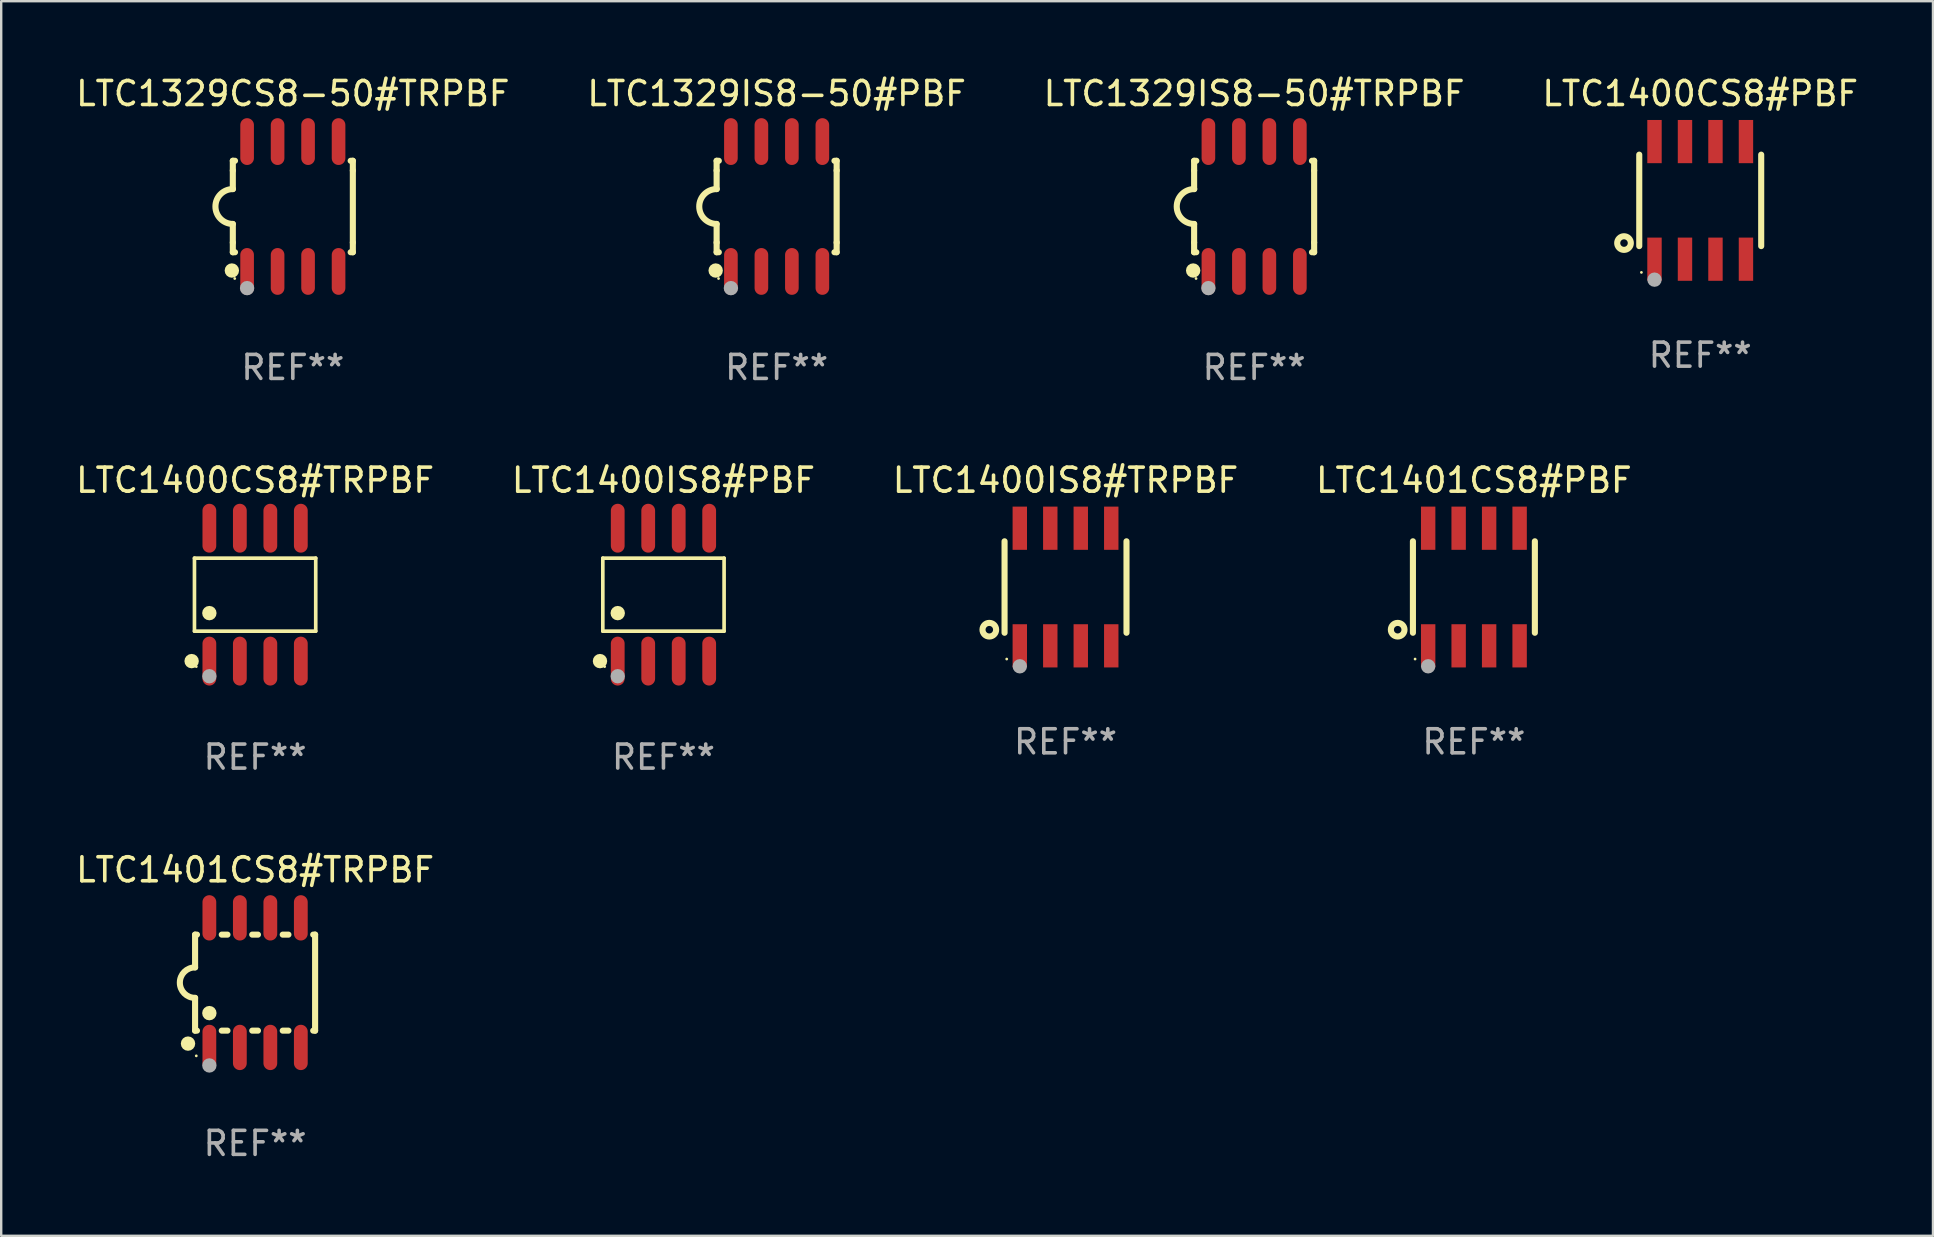
<source format=kicad_pcb>
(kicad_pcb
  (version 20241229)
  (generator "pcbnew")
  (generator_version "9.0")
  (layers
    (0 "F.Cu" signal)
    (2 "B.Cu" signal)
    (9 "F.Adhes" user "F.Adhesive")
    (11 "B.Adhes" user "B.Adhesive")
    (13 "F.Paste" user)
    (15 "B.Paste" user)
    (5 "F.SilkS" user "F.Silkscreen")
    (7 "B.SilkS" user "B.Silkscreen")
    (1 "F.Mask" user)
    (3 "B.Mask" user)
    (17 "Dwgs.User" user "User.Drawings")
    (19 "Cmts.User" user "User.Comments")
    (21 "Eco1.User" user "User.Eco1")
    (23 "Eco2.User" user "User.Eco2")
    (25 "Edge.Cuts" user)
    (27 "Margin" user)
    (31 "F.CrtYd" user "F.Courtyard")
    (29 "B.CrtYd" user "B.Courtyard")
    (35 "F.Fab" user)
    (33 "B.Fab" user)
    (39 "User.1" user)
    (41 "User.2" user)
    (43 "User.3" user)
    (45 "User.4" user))
  (footprint "LTC1400IS8#PBF"
    (layer "F.Cu")
    (at 24.589 21.723)
    (property "Reference" "LTC1400IS8#PBF" (at 0 -4.768 0) (layer "F.SilkS") (effects (font (size 1 1) (thickness 0.15))))
    (attr through_hole)
    (fp_line (start -2.526 -1.521) (end 2.526 -1.521) (stroke (width 0.152) (type solid)) (layer "F.SilkS"))
    (fp_line (start -2.526 1.521) (end -2.526 -1.521) (stroke (width 0.152) (type solid)) (layer "F.SilkS"))
    (fp_line (start 2.526 -1.521) (end 2.526 1.521) (stroke (width 0.152) (type solid)) (layer "F.SilkS"))
    (fp_line (start 2.526 1.521) (end -2.526 1.521) (stroke (width 0.152) (type solid)) (layer "F.SilkS"))
    (fp_circle (center -2.644 2.768) (end -2.494 2.768) (stroke (width 0.3) (type solid)) (fill no) (layer "F.SilkS"))
    (fp_circle (center -2.45 2.998) (end -2.42 2.998) (stroke (width 0.06) (type solid)) (fill no) (layer "F.SilkS"))
    (fp_circle (center -1.905 0.769) (end -1.755 0.769) (stroke (width 0.3) (type solid)) (fill no) (layer "F.SilkS"))
    (fp_circle (center -1.905 3.398) (end -1.755 3.398) (stroke (width 0.3) (type solid)) (fill no) (layer "F.Fab"))
    (fp_text user "REF**" (at 0 6.768 0) (layer "F.Fab") (effects (font (size 1 1) (thickness 0.15))))
    (pad "1" smd oval (at -1.905 2.768) (size 0.574 2.036) (layers "F.Cu" "F.Mask" "F.Paste"))
    (pad "2" smd oval (at -0.635 2.768) (size 0.574 2.036) (layers "F.Cu" "F.Mask" "F.Paste"))
    (pad "3" smd oval (at 0.635 2.768) (size 0.574 2.036) (layers "F.Cu" "F.Mask" "F.Paste"))
    (pad "4" smd oval (at 1.905 2.768) (size 0.574 2.036) (layers "F.Cu" "F.Mask" "F.Paste"))
    (pad "5" smd oval (at 1.905 -2.768) (size 0.574 2.036) (layers "F.Cu" "F.Mask" "F.Paste"))
    (pad "6" smd oval (at 0.635 -2.768) (size 0.574 2.036) (layers "F.Cu" "F.Mask" "F.Paste"))
    (pad "7" smd oval (at -0.635 -2.768) (size 0.574 2.036) (layers "F.Cu" "F.Mask" "F.Paste"))
    (pad "8" smd oval (at -1.905 -2.768) (size 0.574 2.036) (layers "F.Cu" "F.Mask" "F.Paste")))
  (footprint "LTC1400IS8#TRPBF"
    (layer "F.Cu")
    (at 41.339 21.405)
    (property "Reference" "LTC1400IS8#TRPBF" (at 0 -4.45 0) (layer "F.SilkS") (effects (font (size 1 1) (thickness 0.15))))
    (attr through_hole)
    (fp_line (start -2.54 -1.905) (end -2.54 1.905) (stroke (width 0.254) (type solid)) (layer "F.SilkS"))
    (fp_line (start 2.54 -1.905) (end 2.54 1.905) (stroke (width 0.254) (type solid)) (layer "F.SilkS"))
    (fp_circle (center -3.175 1.778) (end -2.891 1.778) (stroke (width 0.254) (type solid)) (fill no) (layer "F.SilkS"))
    (fp_circle (center -2.45 3) (end -2.42 3) (stroke (width 0.06) (type solid)) (fill no) (layer "F.SilkS"))
    (fp_circle (center -1.905 3.302) (end -1.755 3.302) (stroke (width 0.3) (type solid)) (fill no) (layer "F.Fab"))
    (fp_text user "REF**" (at 0 6.45 0) (layer "F.Fab") (effects (font (size 1 1) (thickness 0.15))))
    (pad "1" smd rect (at -1.905 2.45) (size 0.6 1.8) (layers "F.Cu" "F.Mask" "F.Paste"))
    (pad "2" smd rect (at -0.635 2.45) (size 0.6 1.8) (layers "F.Cu" "F.Mask" "F.Paste"))
    (pad "3" smd rect (at 0.635 2.45) (size 0.6 1.8) (layers "F.Cu" "F.Mask" "F.Paste"))
    (pad "4" smd rect (at 1.905 2.45) (size 0.6 1.8) (layers "F.Cu" "F.Mask" "F.Paste"))
    (pad "5" smd rect (at 1.905 -2.45 180) (size 0.6 1.8) (layers "F.Cu" "F.Mask" "F.Paste"))
    (pad "6" smd rect (at 0.635 -2.45 180) (size 0.6 1.8) (layers "F.Cu" "F.Mask" "F.Paste"))
    (pad "7" smd rect (at -0.635 -2.45 180) (size 0.6 1.8) (layers "F.Cu" "F.Mask" "F.Paste"))
    (pad "8" smd rect (at -1.905 -2.45 180) (size 0.6 1.8) (layers "F.Cu" "F.Mask" "F.Paste")))
  (footprint "LTC1400CS8#PBF"
    (layer "F.Cu")
    (at 67.78 5.298)
    (property "Reference" "LTC1400CS8#PBF" (at 0 -4.45 0) (layer "F.SilkS") (effects (font (size 1 1) (thickness 0.15))))
    (attr through_hole)
    (fp_line (start -2.54 -1.905) (end -2.54 1.905) (stroke (width 0.254) (type solid)) (layer "F.SilkS"))
    (fp_line (start 2.54 -1.905) (end 2.54 1.905) (stroke (width 0.254) (type solid)) (layer "F.SilkS"))
    (fp_circle (center -3.175 1.778) (end -2.891 1.778) (stroke (width 0.254) (type solid)) (fill no) (layer "F.SilkS"))
    (fp_circle (center -2.45 3) (end -2.42 3) (stroke (width 0.06) (type solid)) (fill no) (layer "F.SilkS"))
    (fp_circle (center -1.905 3.302) (end -1.755 3.302) (stroke (width 0.3) (type solid)) (fill no) (layer "F.Fab"))
    (fp_text user "REF**" (at 0 6.45 0) (layer "F.Fab") (effects (font (size 1 1) (thickness 0.15))))
    (pad "1" smd rect (at -1.905 2.45) (size 0.6 1.8) (layers "F.Cu" "F.Mask" "F.Paste"))
    (pad "2" smd rect (at -0.635 2.45) (size 0.6 1.8) (layers "F.Cu" "F.Mask" "F.Paste"))
    (pad "3" smd rect (at 0.635 2.45) (size 0.6 1.8) (layers "F.Cu" "F.Mask" "F.Paste"))
    (pad "4" smd rect (at 1.905 2.45) (size 0.6 1.8) (layers "F.Cu" "F.Mask" "F.Paste"))
    (pad "5" smd rect (at 1.905 -2.45 180) (size 0.6 1.8) (layers "F.Cu" "F.Mask" "F.Paste"))
    (pad "6" smd rect (at 0.635 -2.45 180) (size 0.6 1.8) (layers "F.Cu" "F.Mask" "F.Paste"))
    (pad "7" smd rect (at -0.635 -2.45 180) (size 0.6 1.8) (layers "F.Cu" "F.Mask" "F.Paste"))
    (pad "8" smd rect (at -1.905 -2.45 180) (size 0.6 1.8) (layers "F.Cu" "F.Mask" "F.Paste")))
  (footprint "LTC1401CS8#PBF"
    (layer "F.Cu")
    (at 58.351 21.405)
    (property "Reference" "LTC1401CS8#PBF" (at 0 -4.45 0) (layer "F.SilkS") (effects (font (size 1 1) (thickness 0.15))))
    (attr through_hole)
    (fp_line (start -2.54 -1.905) (end -2.54 1.905) (stroke (width 0.254) (type solid)) (layer "F.SilkS"))
    (fp_line (start 2.54 -1.905) (end 2.54 1.905) (stroke (width 0.254) (type solid)) (layer "F.SilkS"))
    (fp_circle (center -3.175 1.778) (end -2.891 1.778) (stroke (width 0.254) (type solid)) (fill no) (layer "F.SilkS"))
    (fp_circle (center -2.45 3) (end -2.42 3) (stroke (width 0.06) (type solid)) (fill no) (layer "F.SilkS"))
    (fp_circle (center -1.905 3.302) (end -1.755 3.302) (stroke (width 0.3) (type solid)) (fill no) (layer "F.Fab"))
    (fp_text user "REF**" (at 0 6.45 0) (layer "F.Fab") (effects (font (size 1 1) (thickness 0.15))))
    (pad "1" smd rect (at -1.905 2.45) (size 0.6 1.8) (layers "F.Cu" "F.Mask" "F.Paste"))
    (pad "2" smd rect (at -0.635 2.45) (size 0.6 1.8) (layers "F.Cu" "F.Mask" "F.Paste"))
    (pad "3" smd rect (at 0.635 2.45) (size 0.6 1.8) (layers "F.Cu" "F.Mask" "F.Paste"))
    (pad "4" smd rect (at 1.905 2.45) (size 0.6 1.8) (layers "F.Cu" "F.Mask" "F.Paste"))
    (pad "5" smd rect (at 1.905 -2.45 180) (size 0.6 1.8) (layers "F.Cu" "F.Mask" "F.Paste"))
    (pad "6" smd rect (at 0.635 -2.45 180) (size 0.6 1.8) (layers "F.Cu" "F.Mask" "F.Paste"))
    (pad "7" smd rect (at -0.635 -2.45 180) (size 0.6 1.8) (layers "F.Cu" "F.Mask" "F.Paste"))
    (pad "8" smd rect (at -1.905 -2.45 180) (size 0.6 1.8) (layers "F.Cu" "F.Mask" "F.Paste")))
  (footprint "LTC1329CS8-50#TRPBF"
    (layer "F.Cu")
    (at 9.149 5.553)
    (property "Reference" "LTC1329CS8-50#TRPBF" (at 0 -4.705 0) (layer "F.SilkS") (effects (font (size 1 1) (thickness 0.15))))
    (attr through_hole)
    (fp_line (start -2.5 -1.905) (end -2.409 -1.905) (stroke (width 0.254) (type solid)) (layer "F.SilkS"))
    (fp_line (start -2.5 -1.5) (end -2.5 -1.905) (stroke (width 0.254) (type solid)) (layer "F.SilkS"))
    (fp_line (start -2.5 -1.5) (end -2.5 -0.726) (stroke (width 0.254) (type solid)) (layer "F.SilkS"))
    (fp_line (start -2.5 1.5) (end -2.5 0.727) (stroke (width 0.254) (type solid)) (layer "F.SilkS"))
    (fp_line (start -2.5 1.5) (end -2.5 1.905) (stroke (width 0.254) (type solid)) (layer "F.SilkS"))
    (fp_line (start -2.5 1.905) (end -2.409 1.905) (stroke (width 0.254) (type solid)) (layer "F.SilkS"))
    (fp_line (start 2.5 -1.905) (end 2.409 -1.905) (stroke (width 0.254) (type solid)) (layer "F.SilkS"))
    (fp_line (start 2.5 -1.5) (end 2.5 -1.905) (stroke (width 0.254) (type solid)) (layer "F.SilkS"))
    (fp_line (start 2.5 -1.5) (end 2.5 1.5) (stroke (width 0.254) (type solid)) (layer "F.SilkS"))
    (fp_line (start 2.5 1.5) (end 2.5 1.905) (stroke (width 0.254) (type solid)) (layer "F.SilkS"))
    (fp_line (start 2.5 1.905) (end 2.409 1.905) (stroke (width 0.254) (type solid)) (layer "F.SilkS"))
    (fp_arc (start -2.5 0.726568) (mid -3.220316 -0.0023) (end -2.495097 -0.726289) (stroke (width 0.254001) (type solid)) (layer "F.SilkS"))
    (fp_circle (center -2.54 2.667) (end -2.39 2.667) (stroke (width 0.3) (type solid)) (fill no) (layer "F.SilkS"))
    (fp_circle (center -2.42 3) (end -2.39 3) (stroke (width 0.06) (type solid)) (fill no) (layer "F.SilkS"))
    (fp_circle (center -1.905 3.4) (end -1.755 3.4) (stroke (width 0.3) (type solid)) (fill no) (layer "F.Fab"))
    (fp_text user "REF**" (at 0 6.705 0) (layer "F.Fab") (effects (font (size 1 1) (thickness 0.15))))
    (pad "1" smd oval (at -1.905 2.705) (size 0.568 1.95) (layers "F.Cu" "F.Mask" "F.Paste"))
    (pad "2" smd oval (at -0.635 2.705) (size 0.568 1.95) (layers "F.Cu" "F.Mask" "F.Paste"))
    (pad "3" smd oval (at 0.635 2.705) (size 0.568 1.95) (layers "F.Cu" "F.Mask" "F.Paste"))
    (pad "4" smd oval (at 1.905 2.705) (size 0.568 1.95) (layers "F.Cu" "F.Mask" "F.Paste"))
    (pad "5" smd oval (at 1.905 -2.705) (size 0.568 1.95) (layers "F.Cu" "F.Mask" "F.Paste"))
    (pad "6" smd oval (at 0.635 -2.705) (size 0.568 1.95) (layers "F.Cu" "F.Mask" "F.Paste"))
    (pad "7" smd oval (at -0.635 -2.705) (size 0.568 1.95) (layers "F.Cu" "F.Mask" "F.Paste"))
    (pad "8" smd oval (at -1.905 -2.705) (size 0.568 1.95) (layers "F.Cu" "F.Mask" "F.Paste")))
  (footprint "LTC1400CS8#TRPBF"
    (layer "F.Cu")
    (at 7.577 21.723)
    (property "Reference" "LTC1400CS8#TRPBF" (at 0 -4.768 0) (layer "F.SilkS") (effects (font (size 1 1) (thickness 0.15))))
    (attr through_hole)
    (fp_line (start -2.526 -1.521) (end 2.526 -1.521) (stroke (width 0.152) (type solid)) (layer "F.SilkS"))
    (fp_line (start -2.526 1.521) (end -2.526 -1.521) (stroke (width 0.152) (type solid)) (layer "F.SilkS"))
    (fp_line (start 2.526 -1.521) (end 2.526 1.521) (stroke (width 0.152) (type solid)) (layer "F.SilkS"))
    (fp_line (start 2.526 1.521) (end -2.526 1.521) (stroke (width 0.152) (type solid)) (layer "F.SilkS"))
    (fp_circle (center -2.644 2.768) (end -2.494 2.768) (stroke (width 0.3) (type solid)) (fill no) (layer "F.SilkS"))
    (fp_circle (center -2.45 2.998) (end -2.42 2.998) (stroke (width 0.06) (type solid)) (fill no) (layer "F.SilkS"))
    (fp_circle (center -1.905 0.769) (end -1.755 0.769) (stroke (width 0.3) (type solid)) (fill no) (layer "F.SilkS"))
    (fp_circle (center -1.905 3.398) (end -1.755 3.398) (stroke (width 0.3) (type solid)) (fill no) (layer "F.Fab"))
    (fp_text user "REF**" (at 0 6.768 0) (layer "F.Fab") (effects (font (size 1 1) (thickness 0.15))))
    (pad "1" smd oval (at -1.905 2.768) (size 0.574 2.036) (layers "F.Cu" "F.Mask" "F.Paste"))
    (pad "2" smd oval (at -0.635 2.768) (size 0.574 2.036) (layers "F.Cu" "F.Mask" "F.Paste"))
    (pad "3" smd oval (at 0.635 2.768) (size 0.574 2.036) (layers "F.Cu" "F.Mask" "F.Paste"))
    (pad "4" smd oval (at 1.905 2.768) (size 0.574 2.036) (layers "F.Cu" "F.Mask" "F.Paste"))
    (pad "5" smd oval (at 1.905 -2.768) (size 0.574 2.036) (layers "F.Cu" "F.Mask" "F.Paste"))
    (pad "6" smd oval (at 0.635 -2.768) (size 0.574 2.036) (layers "F.Cu" "F.Mask" "F.Paste"))
    (pad "7" smd oval (at -0.635 -2.768) (size 0.574 2.036) (layers "F.Cu" "F.Mask" "F.Paste"))
    (pad "8" smd oval (at -1.905 -2.768) (size 0.574 2.036) (layers "F.Cu" "F.Mask" "F.Paste")))
  (footprint "LTC1329IS8-50#TRPBF"
    (layer "F.Cu")
    (at 49.196 5.553)
    (property "Reference" "LTC1329IS8-50#TRPBF" (at 0 -4.705 0) (layer "F.SilkS") (effects (font (size 1 1) (thickness 0.15))))
    (attr through_hole)
    (fp_line (start -2.5 -1.905) (end -2.409 -1.905) (stroke (width 0.254) (type solid)) (layer "F.SilkS"))
    (fp_line (start -2.5 -1.5) (end -2.5 -1.905) (stroke (width 0.254) (type solid)) (layer "F.SilkS"))
    (fp_line (start -2.5 -1.5) (end -2.5 -0.726) (stroke (width 0.254) (type solid)) (layer "F.SilkS"))
    (fp_line (start -2.5 1.5) (end -2.5 0.727) (stroke (width 0.254) (type solid)) (layer "F.SilkS"))
    (fp_line (start -2.5 1.5) (end -2.5 1.905) (stroke (width 0.254) (type solid)) (layer "F.SilkS"))
    (fp_line (start -2.5 1.905) (end -2.409 1.905) (stroke (width 0.254) (type solid)) (layer "F.SilkS"))
    (fp_line (start 2.5 -1.905) (end 2.409 -1.905) (stroke (width 0.254) (type solid)) (layer "F.SilkS"))
    (fp_line (start 2.5 -1.5) (end 2.5 -1.905) (stroke (width 0.254) (type solid)) (layer "F.SilkS"))
    (fp_line (start 2.5 -1.5) (end 2.5 1.5) (stroke (width 0.254) (type solid)) (layer "F.SilkS"))
    (fp_line (start 2.5 1.5) (end 2.5 1.905) (stroke (width 0.254) (type solid)) (layer "F.SilkS"))
    (fp_line (start 2.5 1.905) (end 2.409 1.905) (stroke (width 0.254) (type solid)) (layer "F.SilkS"))
    (fp_arc (start -2.5 0.726568) (mid -3.220316 -0.0023) (end -2.495097 -0.726289) (stroke (width 0.254001) (type solid)) (layer "F.SilkS"))
    (fp_circle (center -2.54 2.667) (end -2.39 2.667) (stroke (width 0.3) (type solid)) (fill no) (layer "F.SilkS"))
    (fp_circle (center -2.42 3) (end -2.39 3) (stroke (width 0.06) (type solid)) (fill no) (layer "F.SilkS"))
    (fp_circle (center -1.905 3.4) (end -1.755 3.4) (stroke (width 0.3) (type solid)) (fill no) (layer "F.Fab"))
    (fp_text user "REF**" (at 0 6.705 0) (layer "F.Fab") (effects (font (size 1 1) (thickness 0.15))))
    (pad "1" smd oval (at -1.905 2.705) (size 0.568 1.95) (layers "F.Cu" "F.Mask" "F.Paste"))
    (pad "2" smd oval (at -0.635 2.705) (size 0.568 1.95) (layers "F.Cu" "F.Mask" "F.Paste"))
    (pad "3" smd oval (at 0.635 2.705) (size 0.568 1.95) (layers "F.Cu" "F.Mask" "F.Paste"))
    (pad "4" smd oval (at 1.905 2.705) (size 0.568 1.95) (layers "F.Cu" "F.Mask" "F.Paste"))
    (pad "5" smd oval (at 1.905 -2.705) (size 0.568 1.95) (layers "F.Cu" "F.Mask" "F.Paste"))
    (pad "6" smd oval (at 0.635 -2.705) (size 0.568 1.95) (layers "F.Cu" "F.Mask" "F.Paste"))
    (pad "7" smd oval (at -0.635 -2.705) (size 0.568 1.95) (layers "F.Cu" "F.Mask" "F.Paste"))
    (pad "8" smd oval (at -1.905 -2.705) (size 0.568 1.95) (layers "F.Cu" "F.Mask" "F.Paste")))
  (footprint "LTC1329IS8-50#PBF"
    (layer "F.Cu")
    (at 29.304 5.553)
    (property "Reference" "LTC1329IS8-50#PBF" (at 0 -4.705 0) (layer "F.SilkS") (effects (font (size 1 1) (thickness 0.15))))
    (attr through_hole)
    (fp_line (start -2.5 -1.905) (end -2.409 -1.905) (stroke (width 0.254) (type solid)) (layer "F.SilkS"))
    (fp_line (start -2.5 -1.5) (end -2.5 -1.905) (stroke (width 0.254) (type solid)) (layer "F.SilkS"))
    (fp_line (start -2.5 -1.5) (end -2.5 -0.726) (stroke (width 0.254) (type solid)) (layer "F.SilkS"))
    (fp_line (start -2.5 1.5) (end -2.5 0.727) (stroke (width 0.254) (type solid)) (layer "F.SilkS"))
    (fp_line (start -2.5 1.5) (end -2.5 1.905) (stroke (width 0.254) (type solid)) (layer "F.SilkS"))
    (fp_line (start -2.5 1.905) (end -2.409 1.905) (stroke (width 0.254) (type solid)) (layer "F.SilkS"))
    (fp_line (start 2.5 -1.905) (end 2.409 -1.905) (stroke (width 0.254) (type solid)) (layer "F.SilkS"))
    (fp_line (start 2.5 -1.5) (end 2.5 -1.905) (stroke (width 0.254) (type solid)) (layer "F.SilkS"))
    (fp_line (start 2.5 -1.5) (end 2.5 1.5) (stroke (width 0.254) (type solid)) (layer "F.SilkS"))
    (fp_line (start 2.5 1.5) (end 2.5 1.905) (stroke (width 0.254) (type solid)) (layer "F.SilkS"))
    (fp_line (start 2.5 1.905) (end 2.409 1.905) (stroke (width 0.254) (type solid)) (layer "F.SilkS"))
    (fp_arc (start -2.5 0.726568) (mid -3.220316 -0.0023) (end -2.495097 -0.726289) (stroke (width 0.254001) (type solid)) (layer "F.SilkS"))
    (fp_circle (center -2.54 2.667) (end -2.39 2.667) (stroke (width 0.3) (type solid)) (fill no) (layer "F.SilkS"))
    (fp_circle (center -2.42 3) (end -2.39 3) (stroke (width 0.06) (type solid)) (fill no) (layer "F.SilkS"))
    (fp_circle (center -1.905 3.4) (end -1.755 3.4) (stroke (width 0.3) (type solid)) (fill no) (layer "F.Fab"))
    (fp_text user "REF**" (at 0 6.705 0) (layer "F.Fab") (effects (font (size 1 1) (thickness 0.15))))
    (pad "1" smd oval (at -1.905 2.705) (size 0.568 1.95) (layers "F.Cu" "F.Mask" "F.Paste"))
    (pad "2" smd oval (at -0.635 2.705) (size 0.568 1.95) (layers "F.Cu" "F.Mask" "F.Paste"))
    (pad "3" smd oval (at 0.635 2.705) (size 0.568 1.95) (layers "F.Cu" "F.Mask" "F.Paste"))
    (pad "4" smd oval (at 1.905 2.705) (size 0.568 1.95) (layers "F.Cu" "F.Mask" "F.Paste"))
    (pad "5" smd oval (at 1.905 -2.705) (size 0.568 1.95) (layers "F.Cu" "F.Mask" "F.Paste"))
    (pad "6" smd oval (at 0.635 -2.705) (size 0.568 1.95) (layers "F.Cu" "F.Mask" "F.Paste"))
    (pad "7" smd oval (at -0.635 -2.705) (size 0.568 1.95) (layers "F.Cu" "F.Mask" "F.Paste"))
    (pad "8" smd oval (at -1.905 -2.705) (size 0.568 1.95) (layers "F.Cu" "F.Mask" "F.Paste")))
  (footprint "LTC1401CS8#TRPBF"
    (layer "F.Cu")
    (at 7.577 37.886)
    (property "Reference" "LTC1401CS8#TRPBF" (at 0 -4.699 0) (layer "F.SilkS") (effects (font (size 1 1) (thickness 0.15))))
    (attr through_hole)
    (fp_line (start -2.5 -2) (end -2.5 -0.635) (stroke (width 0.254) (type solid)) (layer "F.SilkS"))
    (fp_line (start -2.5 -2) (end -2.421 -2) (stroke (width 0.254) (type solid)) (layer "F.SilkS"))
    (fp_line (start -2.5 2) (end -2.5 0.635) (stroke (width 0.254) (type solid)) (layer "F.SilkS"))
    (fp_line (start -2.5 2) (end -2.421 2) (stroke (width 0.254) (type solid)) (layer "F.SilkS"))
    (fp_line (start -1.389 -2) (end -1.151 -2) (stroke (width 0.254) (type solid)) (layer "F.SilkS"))
    (fp_line (start -1.389 2) (end -1.151 2) (stroke (width 0.254) (type solid)) (layer "F.SilkS"))
    (fp_line (start -0.119 -2) (end 0.119 -2) (stroke (width 0.254) (type solid)) (layer "F.SilkS"))
    (fp_line (start -0.119 2) (end 0.119 2) (stroke (width 0.254) (type solid)) (layer "F.SilkS"))
    (fp_line (start 1.151 -2) (end 1.389 -2) (stroke (width 0.254) (type solid)) (layer "F.SilkS"))
    (fp_line (start 1.151 2) (end 1.389 2) (stroke (width 0.254) (type solid)) (layer "F.SilkS"))
    (fp_line (start 2.421 -2) (end 2.5 -2) (stroke (width 0.254) (type solid)) (layer "F.SilkS"))
    (fp_line (start 2.421 2) (end 2.5 2) (stroke (width 0.254) (type solid)) (layer "F.SilkS"))
    (fp_line (start 2.5 -2) (end 2.5 2) (stroke (width 0.254) (type solid)) (layer "F.SilkS"))
    (fp_arc (start -2.5 0.635001) (mid -3.134366 -0.000318) (end -2.499365 -0.635001) (stroke (width 0.254001) (type solid)) (layer "F.SilkS"))
    (fp_circle (center -2.794 2.54) (end -2.644 2.54) (stroke (width 0.3) (type solid)) (fill no) (layer "F.SilkS"))
    (fp_circle (center -2.45 3.05) (end -2.42 3.05) (stroke (width 0.06) (type solid)) (fill no) (layer "F.SilkS"))
    (fp_circle (center -1.905 1.27) (end -1.755 1.27) (stroke (width 0.3) (type solid)) (fill no) (layer "F.SilkS"))
    (fp_circle (center -1.905 3.45) (end -1.755 3.45) (stroke (width 0.3) (type solid)) (fill no) (layer "F.Fab"))
    (fp_text user "REF**" (at 0 6.699 0) (layer "F.Fab") (effects (font (size 1 1) (thickness 0.15))))
    (pad "1" smd oval (at -1.905 2.699) (size 0.574 1.888) (layers "F.Cu" "F.Mask" "F.Paste"))
    (pad "2" smd oval (at -0.635 2.699) (size 0.574 1.888) (layers "F.Cu" "F.Mask" "F.Paste"))
    (pad "3" smd oval (at 0.635 2.699) (size 0.574 1.888) (layers "F.Cu" "F.Mask" "F.Paste"))
    (pad "4" smd oval (at 1.905 2.699) (size 0.574 1.888) (layers "F.Cu" "F.Mask" "F.Paste"))
    (pad "5" smd oval (at 1.905 -2.699) (size 0.574 1.888) (layers "F.Cu" "F.Mask" "F.Paste"))
    (pad "6" smd oval (at 0.635 -2.699) (size 0.574 1.888) (layers "F.Cu" "F.Mask" "F.Paste"))
    (pad "7" smd oval (at -0.635 -2.699) (size 0.574 1.888) (layers "F.Cu" "F.Mask" "F.Paste"))
    (pad "8" smd oval (at -1.905 -2.699) (size 0.574 1.888) (layers "F.Cu" "F.Mask" "F.Paste")))
  (gr_rect
    (start -3 -3)
    (end 77.476 48.433)
    (stroke (width 0.1) (type default))
    (fill no)
    (layer "Edge.Cuts")))
</source>
